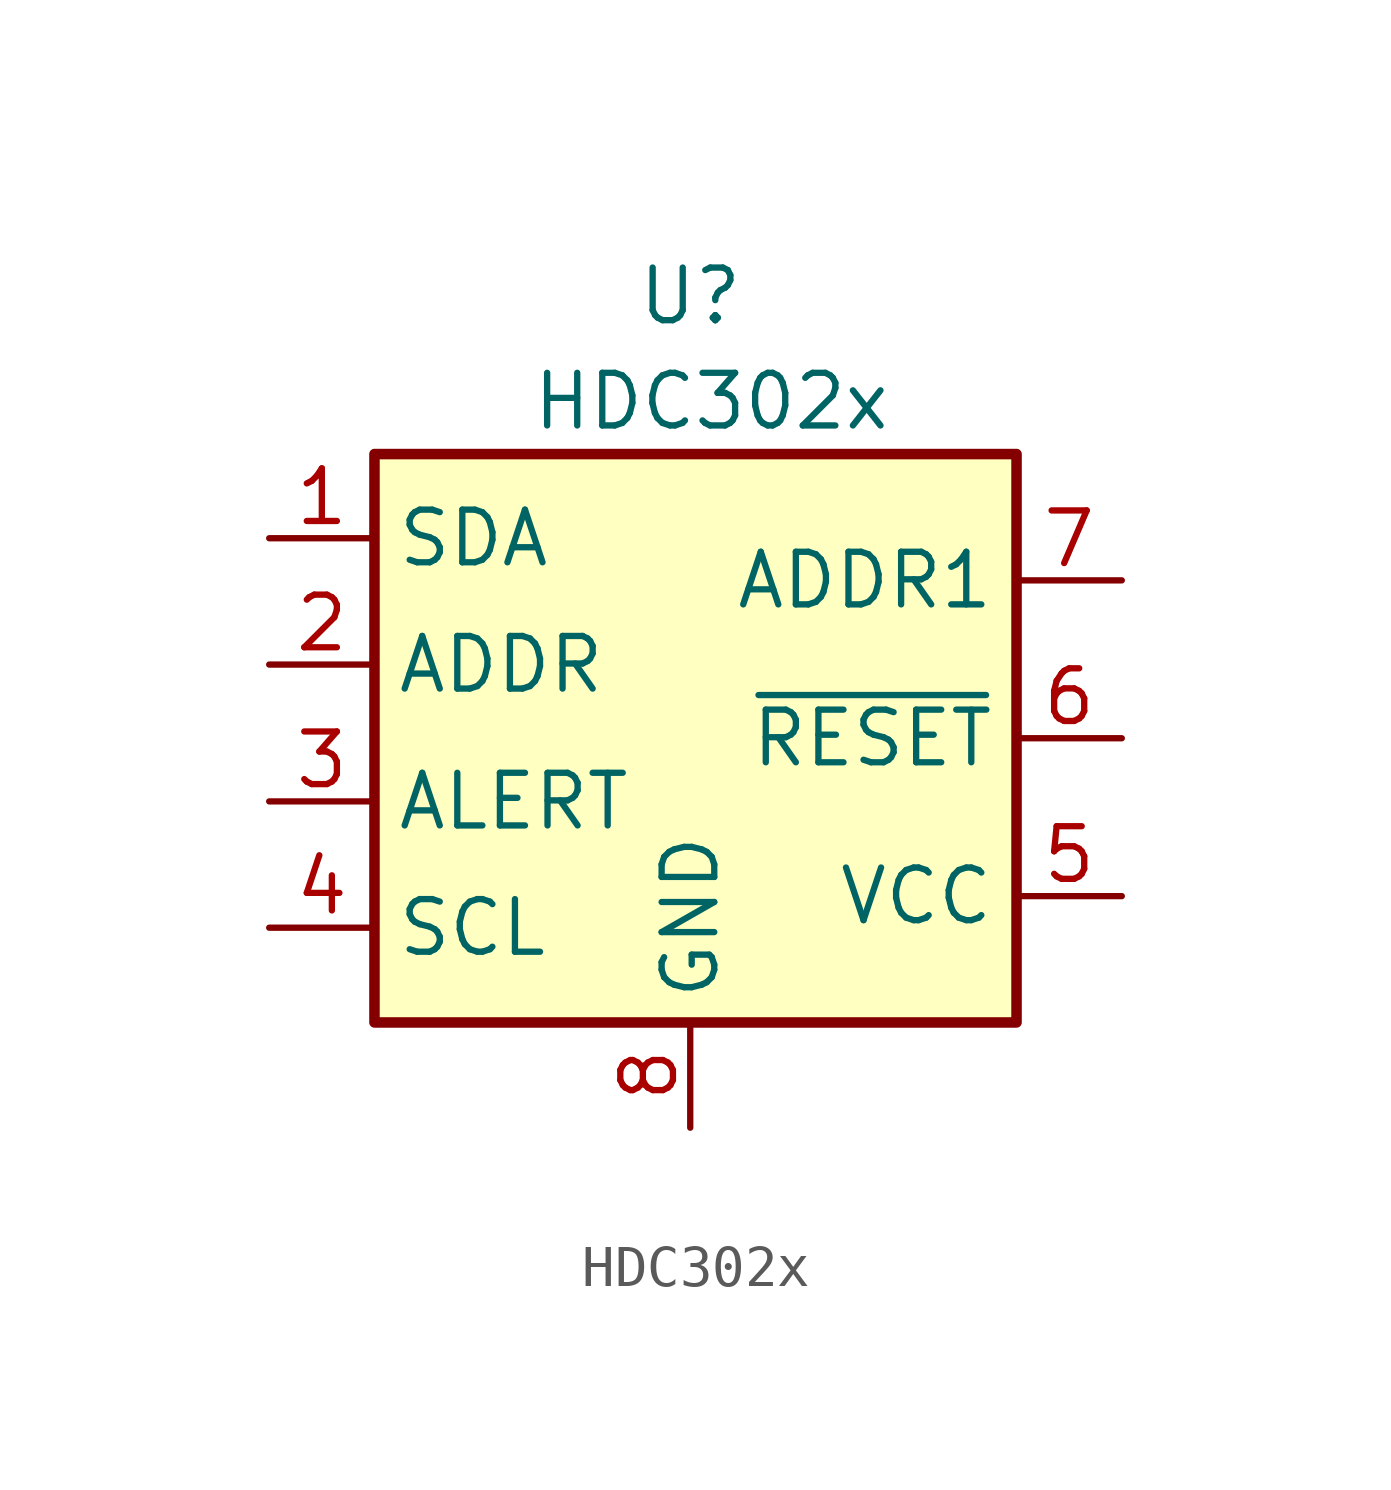
<source format=kicad_sym>
(kicad_symbol_lib
  (version 20220914)
  (generator kicad_symbol_editor)
  (symbol "HDC302x"
    (property "Reference" "U"
      (at 7.62 17.526 0)
      (effects (font (size 1.27 1.27))))
    (property "Value" "HDC302x"
      (at 8.128 14.986 0)
      (effects (font (size 1.27 1.27))))
    (symbol "HDC302x_0_1"
      (rectangle (start 0 13.716) (end 15.494 0) (stroke (width 0.254) (type default)) (fill (type background))))
    (symbol "HDC302x_1_1"
      (pin bidirectional line (at -2.54 11.684 0) (length 2.54) (name "SDA" (effects (font (size 1.27 1.27)))) (number "1" (effects (font (size 1.27 1.27)))))
      (pin input line (at -2.54 8.636 0) (length 2.54) (name "ADDR" (effects (font (size 1.27 1.27)))) (number "2" (effects (font (size 1.27 1.27)))))
      (pin output line (at -2.54 5.334 0) (length 2.54) (name "ALERT" (effects (font (size 1.27 1.27)))) (number "3" (effects (font (size 1.27 1.27)))))
      (pin input line (at -2.54 2.286 0) (length 2.54) (name "SCL" (effects (font (size 1.27 1.27)))) (number "4" (effects (font (size 1.27 1.27)))))
      (pin power_in line (at 18.034 3.048 180) (length 2.54) (name "VCC" (effects (font (size 1.27 1.27)))) (number "5" (effects (font (size 1.27 1.27)))))
      (pin input line (at 18.034 6.858 180) (length 2.54) (name "~{RESET}" (effects (font (size 1.27 1.27)))) (number "6" (effects (font (size 1.27 1.27)))))
      (pin input line (at 18.034 10.668 180) (length 2.54) (name "ADDR1" (effects (font (size 1.27 1.27)))) (number "7" (effects (font (size 1.27 1.27)))))
      (pin passive line (at 7.62 -2.54 90) (length 2.54) (name "GND" (effects (font (size 1.27 1.27)))) (number "8" (effects (font (size 1.27 1.27))))))))
</source>
